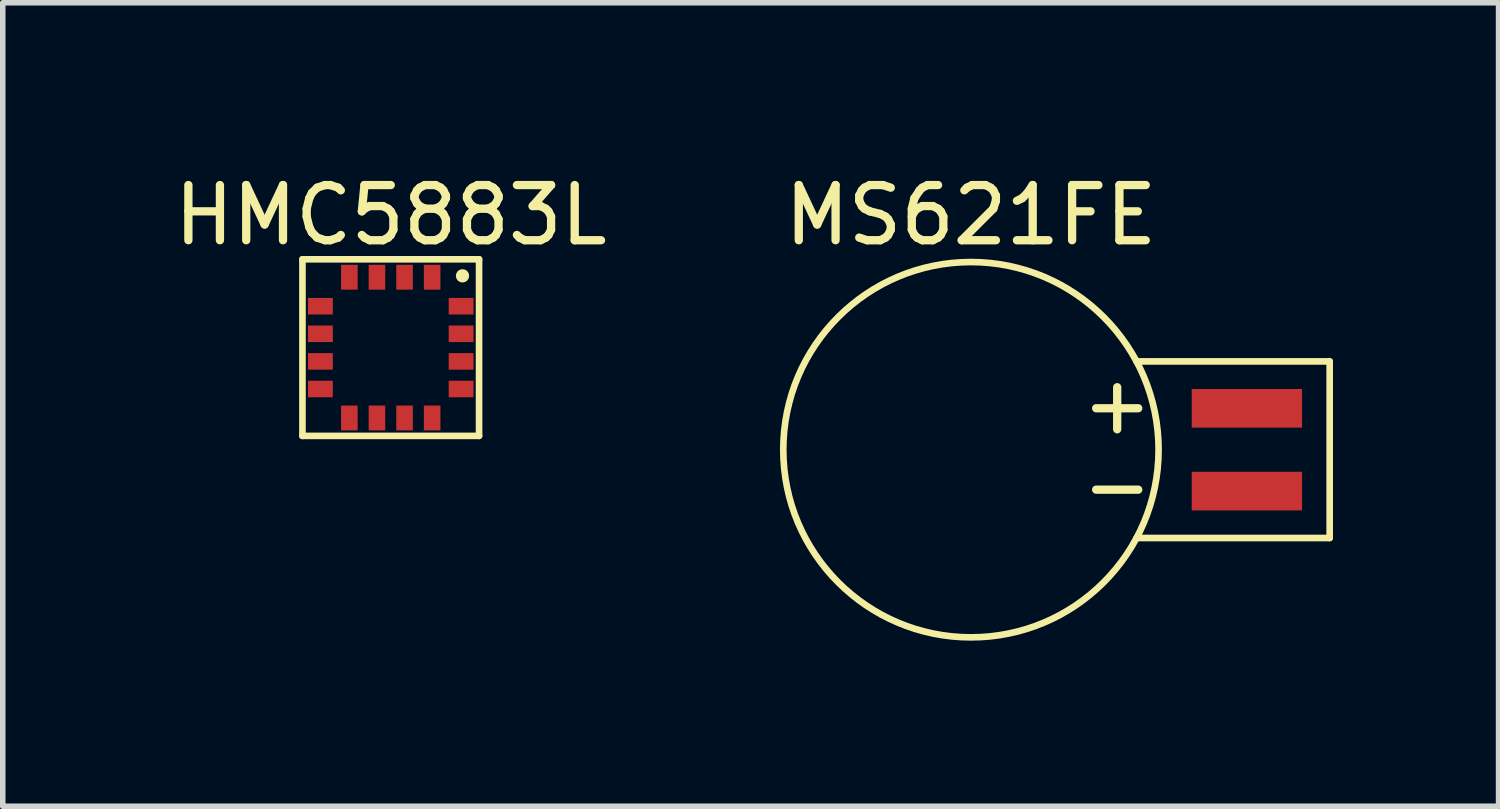
<source format=kicad_pcb>
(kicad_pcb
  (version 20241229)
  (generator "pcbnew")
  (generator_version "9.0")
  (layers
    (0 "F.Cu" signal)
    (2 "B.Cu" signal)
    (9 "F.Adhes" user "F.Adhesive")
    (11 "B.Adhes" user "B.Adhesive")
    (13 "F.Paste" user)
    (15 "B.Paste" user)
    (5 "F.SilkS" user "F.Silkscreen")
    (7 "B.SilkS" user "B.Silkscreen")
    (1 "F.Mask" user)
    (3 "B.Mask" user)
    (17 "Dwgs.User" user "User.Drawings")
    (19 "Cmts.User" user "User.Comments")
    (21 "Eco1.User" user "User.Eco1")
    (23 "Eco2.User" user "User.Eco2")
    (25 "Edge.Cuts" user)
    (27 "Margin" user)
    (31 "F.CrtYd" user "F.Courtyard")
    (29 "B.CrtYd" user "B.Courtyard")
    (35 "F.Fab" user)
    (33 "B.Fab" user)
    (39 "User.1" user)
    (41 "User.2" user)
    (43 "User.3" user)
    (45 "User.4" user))
  (footprint "HMC5883L"
    (layer "F.Cu")
    (at 4.03 3.248)
    (property "Reference" "HMC5883L" (at 0 -2.4 0) (layer "F.SilkS") (effects (font (size 1 1) (thickness 0.15))))
    (attr through_hole)
    (fp_line (start -1.6 -1.6) (end 1.6 -1.6) (stroke (width 0.12) (type solid)) (layer "F.SilkS"))
    (fp_line (start -1.6 1.6) (end -1.6 -1.6) (stroke (width 0.12) (type solid)) (layer "F.SilkS"))
    (fp_line (start 1.6 -1.6) (end 1.6 1.6) (stroke (width 0.12) (type solid)) (layer "F.SilkS"))
    (fp_line (start 1.6 1.6) (end -1.6 1.6) (stroke (width 0.12) (type solid)) (layer "F.SilkS"))
    (fp_circle (center 1.3 -1.3) (end 1.36 -1.29) (stroke (width 0.12) (type solid)) (fill no) (layer "F.SilkS"))
    (pad "1" smd rect (at 1.275 -0.75) (size 0.45 0.3) (layers "F.Cu" "F.Mask" "F.Paste"))
    (pad "2" smd rect (at 1.275 -0.25) (size 0.45 0.3) (layers "F.Cu" "F.Mask" "F.Paste"))
    (pad "3" smd rect (at 1.275 0.25) (size 0.45 0.3) (layers "F.Cu" "F.Mask" "F.Paste"))
    (pad "4" smd rect (at 1.275 0.75) (size 0.45 0.3) (layers "F.Cu" "F.Mask" "F.Paste"))
    (pad "5" smd rect (at 0.75 1.275 90) (size 0.45 0.3) (layers "F.Cu" "F.Mask" "F.Paste"))
    (pad "6" smd rect (at 0.25 1.275 90) (size 0.45 0.3) (layers "F.Cu" "F.Mask" "F.Paste"))
    (pad "7" smd rect (at -0.25 1.275 90) (size 0.45 0.3) (layers "F.Cu" "F.Mask" "F.Paste"))
    (pad "8" smd rect (at -0.75 1.275 90) (size 0.45 0.3) (layers "F.Cu" "F.Mask" "F.Paste"))
    (pad "9" smd rect (at -1.275 0.75 180) (size 0.45 0.3) (layers "F.Cu" "F.Mask" "F.Paste"))
    (pad "10" smd rect (at -1.275 0.25 180) (size 0.45 0.3) (layers "F.Cu" "F.Mask" "F.Paste"))
    (pad "11" smd rect (at -1.275 -0.25 180) (size 0.45 0.3) (layers "F.Cu" "F.Mask" "F.Paste"))
    (pad "12" smd rect (at -1.275 -0.75 180) (size 0.45 0.3) (layers "F.Cu" "F.Mask" "F.Paste"))
    (pad "13" smd rect (at -0.75 -1.275 270) (size 0.45 0.3) (layers "F.Cu" "F.Mask" "F.Paste"))
    (pad "14" smd rect (at -0.25 -1.275 270) (size 0.45 0.3) (layers "F.Cu" "F.Mask" "F.Paste"))
    (pad "15" smd rect (at 0.25 -1.275 270) (size 0.45 0.3) (layers "F.Cu" "F.Mask" "F.Paste"))
    (pad "16" smd rect (at 0.75 -1.275 270) (size 0.45 0.3) (layers "F.Cu" "F.Mask" "F.Paste")))
  (footprint "MS621FE"
    (layer "F.Cu")
    (at 14.542 5.098)
    (property "Reference" "MS621FE" (at 0 -4.25 0) (layer "F.SilkS") (effects (font (size 1 1) (thickness 0.15))))
    (attr through_hole)
    (fp_line (start 3 -1.6) (end 6.5 -1.6) (stroke (width 0.12) (type solid)) (layer "F.SilkS"))
    (fp_line (start 6.5 -1.6) (end 6.5 1.6) (stroke (width 0.12) (type solid)) (layer "F.SilkS"))
    (fp_line (start 6.5 1.6) (end 3 1.6) (stroke (width 0.12) (type solid)) (layer "F.SilkS"))
    (fp_circle (center 0 0) (end 3.4 0) (stroke (width 0.12) (type solid)) (fill no) (layer "F.SilkS"))
    (fp_text user "-" (at 2.65 0.65 0) (layer "F.SilkS") (effects (font (size 1 1) (thickness 0.15))))
    (fp_text user "+" (at 2.65 -0.825 0) (layer "F.SilkS") (effects (font (size 1 1) (thickness 0.15))))
    (pad "1" smd rect (at 5 -0.75) (size 2 0.7) (layers "F.Cu" "F.Mask" "F.Paste"))
    (pad "2" smd rect (at 5 0.75) (size 2 0.7) (layers "F.Cu" "F.Mask" "F.Paste")))
  (gr_rect
    (start -3 -3)
    (end 24.102 11.558)
    (stroke (width 0.1) (type default))
    (fill no)
    (layer "Edge.Cuts")))
</source>
